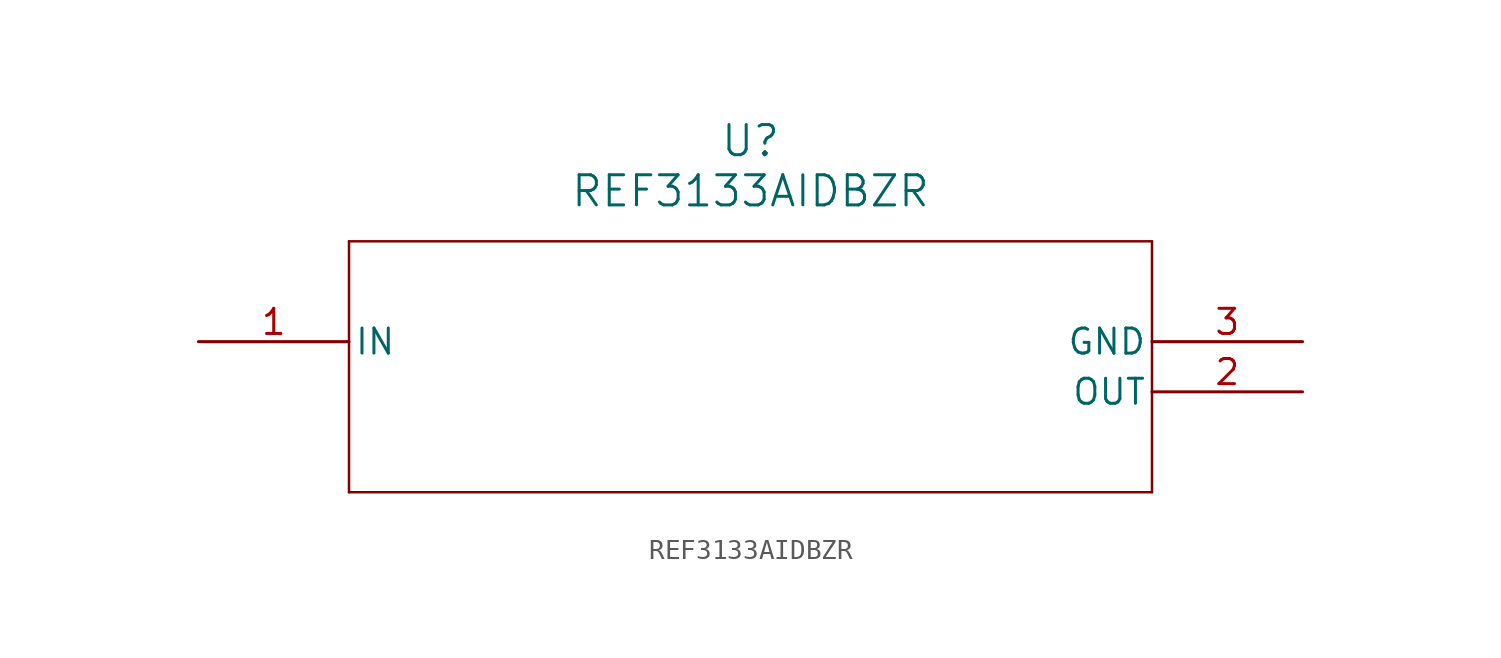
<source format=kicad_sym>
(kicad_symbol_lib
  (version 20211014)
  (generator kicad_symbol_editor)
  (symbol "REF3133AIDBZR"
    (pin_names
      (offset 0.254))
    (property "Reference" "U"
      (at 27.94 10.16 0)
      (effects (font (size 1.524 1.524))))
    (property "Value" "REF3133AIDBZR"
      (at 27.94 7.62 0)
      (effects (font (size 1.524 1.524))))
    (symbol "REF3133AIDBZR_0_1"
      (polyline (pts (xy 7.62 5.08) (xy 7.62 -7.62)) (stroke (width 0.127) (type default) (color 0 0 0 0)) (fill (type none)))
      (polyline (pts (xy 7.62 -7.62) (xy 48.26 -7.62)) (stroke (width 0.127) (type default) (color 0 0 0 0)) (fill (type none)))
      (polyline (pts (xy 48.26 -7.62) (xy 48.26 5.08)) (stroke (width 0.127) (type default) (color 0 0 0 0)) (fill (type none)))
      (polyline (pts (xy 48.26 5.08) (xy 7.62 5.08)) (stroke (width 0.127) (type default) (color 0 0 0 0)) (fill (type none)))
      (pin input line (at 0 0 0) (length 7.62) (name "IN" (effects (font (size 1.27 1.27)))) (number "1" (effects (font (size 1.27 1.27)))))
      (pin output line (at 55.88 -2.54 180) (length 7.62) (name "OUT" (effects (font (size 1.27 1.27)))) (number "2" (effects (font (size 1.27 1.27)))))
      (pin power_in line (at 55.88 0 180) (length 7.62) (name "GND" (effects (font (size 1.27 1.27)))) (number "3" (effects (font (size 1.27 1.27))))))))
</source>
